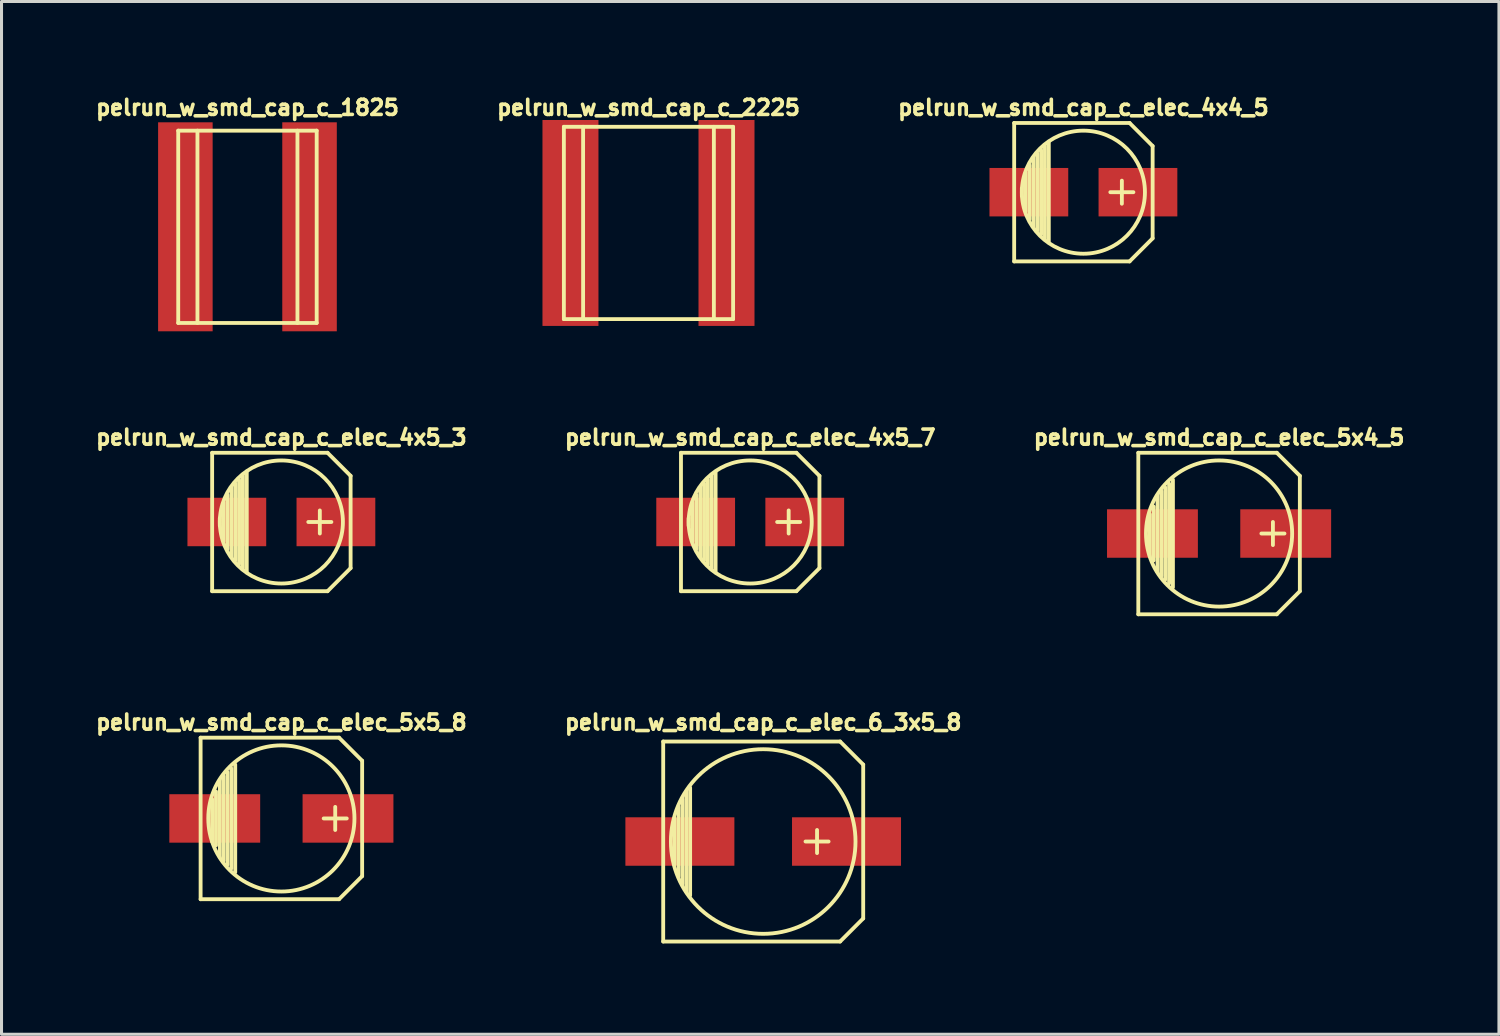
<source format=kicad_pcb>
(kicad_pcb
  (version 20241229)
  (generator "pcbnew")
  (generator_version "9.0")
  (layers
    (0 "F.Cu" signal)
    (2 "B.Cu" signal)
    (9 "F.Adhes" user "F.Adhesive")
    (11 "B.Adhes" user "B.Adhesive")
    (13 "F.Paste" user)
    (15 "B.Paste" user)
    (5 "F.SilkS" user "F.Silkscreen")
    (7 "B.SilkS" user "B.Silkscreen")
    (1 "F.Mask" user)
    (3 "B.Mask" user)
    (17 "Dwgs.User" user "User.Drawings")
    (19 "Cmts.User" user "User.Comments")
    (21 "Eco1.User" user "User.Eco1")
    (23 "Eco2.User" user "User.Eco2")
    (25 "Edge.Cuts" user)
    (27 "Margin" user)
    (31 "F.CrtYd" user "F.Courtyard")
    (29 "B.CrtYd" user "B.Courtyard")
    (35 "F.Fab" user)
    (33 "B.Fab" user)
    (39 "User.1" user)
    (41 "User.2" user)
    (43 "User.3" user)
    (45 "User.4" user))
  (footprint "pelrun_w_smd_cap_c_elec_5x5_8"
    (layer "F.Cu")
    (at 6.241 23.975)
    (property "Reference" "pelrun_w_smd_cap_c_elec_5x5_8" (at 0 -3.175 0) (layer "F.SilkS") (effects (font (size 0.5 0.5) (thickness 0.119))))
    (attr through_hole)
    (fp_line (start -2.667 -2.667) (end 1.905 -2.667) (stroke (width 0.127) (type solid)) (layer "F.SilkS"))
    (fp_line (start -2.667 2.667) (end -2.667 -2.667) (stroke (width 0.127) (type solid)) (layer "F.SilkS"))
    (fp_line (start -2.286 -0.635) (end -2.286 0.762) (stroke (width 0.127) (type solid)) (layer "F.SilkS"))
    (fp_line (start -2.159 -0.889) (end -2.159 0.889) (stroke (width 0.127) (type solid)) (layer "F.SilkS"))
    (fp_line (start -2.032 -1.27) (end -2.032 1.27) (stroke (width 0.127) (type solid)) (layer "F.SilkS"))
    (fp_line (start -1.905 1.397) (end -1.905 -1.397) (stroke (width 0.127) (type solid)) (layer "F.SilkS"))
    (fp_line (start -1.778 -1.524) (end -1.778 1.524) (stroke (width 0.127) (type solid)) (layer "F.SilkS"))
    (fp_line (start -1.651 1.651) (end -1.651 -1.651) (stroke (width 0.127) (type solid)) (layer "F.SilkS"))
    (fp_line (start -1.524 -1.778) (end -1.524 1.778) (stroke (width 0.127) (type solid)) (layer "F.SilkS"))
    (fp_line (start 1.778 -0.381) (end 1.778 0.381) (stroke (width 0.127) (type solid)) (layer "F.SilkS"))
    (fp_line (start 1.905 -2.667) (end 2.667 -1.905) (stroke (width 0.127) (type solid)) (layer "F.SilkS"))
    (fp_line (start 1.905 2.667) (end -2.667 2.667) (stroke (width 0.127) (type solid)) (layer "F.SilkS"))
    (fp_line (start 2.159 0) (end 1.397 0) (stroke (width 0.127) (type solid)) (layer "F.SilkS"))
    (fp_line (start 2.667 -1.905) (end 2.667 1.905) (stroke (width 0.127) (type solid)) (layer "F.SilkS"))
    (fp_line (start 2.667 1.905) (end 1.905 2.667) (stroke (width 0.127) (type solid)) (layer "F.SilkS"))
    (fp_circle (center 0 0) (end -2.413 0) (stroke (width 0.127) (type solid)) (fill no) (layer "F.SilkS"))
    (pad "1" smd rect (at 2.2 0) (size 3 1.6) (layers "F.Cu" "F.Mask" "F.Paste"))
    (pad "2" smd rect (at -2.2 0) (size 3 1.6) (layers "F.Cu" "F.Mask" "F.Paste")))
  (footprint "pelrun_w_smd_cap_c_elec_6_3x5_8"
    (layer "F.Cu")
    (at 22.151 24.737)
    (property "Reference" "pelrun_w_smd_cap_c_elec_6_3x5_8" (at 0 -3.937 0) (layer "F.SilkS") (effects (font (size 0.5 0.5) (thickness 0.119))))
    (attr through_hole)
    (fp_line (start -3.302 -3.302) (end -3.302 3.302) (stroke (width 0.127) (type solid)) (layer "F.SilkS"))
    (fp_line (start -3.302 3.302) (end 2.54 3.302) (stroke (width 0.127) (type solid)) (layer "F.SilkS"))
    (fp_line (start -2.921 -0.762) (end -2.921 0.762) (stroke (width 0.127) (type solid)) (layer "F.SilkS"))
    (fp_line (start -2.794 1.143) (end -2.794 -1.143) (stroke (width 0.127) (type solid)) (layer "F.SilkS"))
    (fp_line (start -2.667 -1.397) (end -2.667 1.397) (stroke (width 0.127) (type solid)) (layer "F.SilkS"))
    (fp_line (start -2.54 1.651) (end -2.54 -1.651) (stroke (width 0.127) (type solid)) (layer "F.SilkS"))
    (fp_line (start -2.413 -1.778) (end -2.413 1.778) (stroke (width 0.127) (type solid)) (layer "F.SilkS"))
    (fp_line (start 1.778 -0.381) (end 1.778 0.381) (stroke (width 0.127) (type solid)) (layer "F.SilkS"))
    (fp_line (start 2.159 0) (end 1.397 0) (stroke (width 0.127) (type solid)) (layer "F.SilkS"))
    (fp_line (start 2.54 -3.302) (end -3.302 -3.302) (stroke (width 0.127) (type solid)) (layer "F.SilkS"))
    (fp_line (start 2.54 3.302) (end 3.302 2.54) (stroke (width 0.127) (type solid)) (layer "F.SilkS"))
    (fp_line (start 3.302 -2.54) (end 2.54 -3.302) (stroke (width 0.127) (type solid)) (layer "F.SilkS"))
    (fp_line (start 3.302 2.54) (end 3.302 -2.54) (stroke (width 0.127) (type solid)) (layer "F.SilkS"))
    (fp_circle (center 0 0) (end -3.048 0) (stroke (width 0.127) (type solid)) (fill no) (layer "F.SilkS"))
    (pad "1" smd rect (at 2.751 0) (size 3.599 1.6) (layers "F.Cu" "F.Mask" "F.Paste"))
    (pad "2" smd rect (at -2.751 0) (size 3.599 1.6) (layers "F.Cu" "F.Mask" "F.Paste")))
  (footprint "pelrun_w_smd_cap_c_elec_4x4_5"
    (layer "F.Cu")
    (at 32.724 3.296)
    (property "Reference" "pelrun_w_smd_cap_c_elec_4x4_5" (at 0 -2.794 0) (layer "F.SilkS") (effects (font (size 0.5 0.5) (thickness 0.119))))
    (attr through_hole)
    (fp_line (start -2.286 -2.286) (end -2.286 2.286) (stroke (width 0.127) (type solid)) (layer "F.SilkS"))
    (fp_line (start -2.032 0.127) (end -2.032 -0.127) (stroke (width 0.127) (type solid)) (layer "F.SilkS"))
    (fp_line (start -1.905 -0.635) (end -1.905 0.635) (stroke (width 0.127) (type solid)) (layer "F.SilkS"))
    (fp_line (start -1.778 0.889) (end -1.778 -0.889) (stroke (width 0.127) (type solid)) (layer "F.SilkS"))
    (fp_line (start -1.651 1.143) (end -1.651 -1.143) (stroke (width 0.127) (type solid)) (layer "F.SilkS"))
    (fp_line (start -1.524 -1.27) (end -1.524 1.27) (stroke (width 0.127) (type solid)) (layer "F.SilkS"))
    (fp_line (start -1.397 1.397) (end -1.397 -1.397) (stroke (width 0.127) (type solid)) (layer "F.SilkS"))
    (fp_line (start -1.27 -1.524) (end -1.27 1.524) (stroke (width 0.127) (type solid)) (layer "F.SilkS"))
    (fp_line (start -1.143 -1.651) (end -1.143 1.651) (stroke (width 0.127) (type solid)) (layer "F.SilkS"))
    (fp_line (start 1.27 -0.381) (end 1.27 0.381) (stroke (width 0.127) (type solid)) (layer "F.SilkS"))
    (fp_line (start 1.524 -2.286) (end -2.286 -2.286) (stroke (width 0.127) (type solid)) (layer "F.SilkS"))
    (fp_line (start 1.524 -2.286) (end 2.286 -1.524) (stroke (width 0.127) (type solid)) (layer "F.SilkS"))
    (fp_line (start 1.524 2.286) (end -2.286 2.286) (stroke (width 0.127) (type solid)) (layer "F.SilkS"))
    (fp_line (start 1.524 2.286) (end 2.286 1.524) (stroke (width 0.127) (type solid)) (layer "F.SilkS"))
    (fp_line (start 1.651 0) (end 0.889 0) (stroke (width 0.127) (type solid)) (layer "F.SilkS"))
    (fp_line (start 2.286 -1.524) (end 2.286 1.524) (stroke (width 0.127) (type solid)) (layer "F.SilkS"))
    (fp_circle (center 0 0) (end -2.032 0) (stroke (width 0.127) (type solid)) (fill no) (layer "F.SilkS"))
    (pad "1" smd rect (at 1.801 0) (size 2.601 1.6) (layers "F.Cu" "F.Mask" "F.Paste"))
    (pad "2" smd rect (at -1.801 0) (size 2.601 1.6) (layers "F.Cu" "F.Mask" "F.Paste")))
  (footprint "pelrun_w_smd_cap_c_elec_4x5_7"
    (layer "F.Cu")
    (at 21.722 14.186)
    (property "Reference" "pelrun_w_smd_cap_c_elec_4x5_7" (at 0 -2.794 0) (layer "F.SilkS") (effects (font (size 0.5 0.5) (thickness 0.119))))
    (attr through_hole)
    (fp_line (start -2.286 -2.286) (end -2.286 2.286) (stroke (width 0.127) (type solid)) (layer "F.SilkS"))
    (fp_line (start -2.032 0.127) (end -2.032 -0.127) (stroke (width 0.127) (type solid)) (layer "F.SilkS"))
    (fp_line (start -1.905 -0.635) (end -1.905 0.635) (stroke (width 0.127) (type solid)) (layer "F.SilkS"))
    (fp_line (start -1.778 0.889) (end -1.778 -0.889) (stroke (width 0.127) (type solid)) (layer "F.SilkS"))
    (fp_line (start -1.651 1.143) (end -1.651 -1.143) (stroke (width 0.127) (type solid)) (layer "F.SilkS"))
    (fp_line (start -1.524 -1.27) (end -1.524 1.27) (stroke (width 0.127) (type solid)) (layer "F.SilkS"))
    (fp_line (start -1.397 1.397) (end -1.397 -1.397) (stroke (width 0.127) (type solid)) (layer "F.SilkS"))
    (fp_line (start -1.27 -1.524) (end -1.27 1.524) (stroke (width 0.127) (type solid)) (layer "F.SilkS"))
    (fp_line (start -1.143 -1.651) (end -1.143 1.651) (stroke (width 0.127) (type solid)) (layer "F.SilkS"))
    (fp_line (start 1.27 -0.381) (end 1.27 0.381) (stroke (width 0.127) (type solid)) (layer "F.SilkS"))
    (fp_line (start 1.524 -2.286) (end -2.286 -2.286) (stroke (width 0.127) (type solid)) (layer "F.SilkS"))
    (fp_line (start 1.524 -2.286) (end 2.286 -1.524) (stroke (width 0.127) (type solid)) (layer "F.SilkS"))
    (fp_line (start 1.524 2.286) (end -2.286 2.286) (stroke (width 0.127) (type solid)) (layer "F.SilkS"))
    (fp_line (start 1.524 2.286) (end 2.286 1.524) (stroke (width 0.127) (type solid)) (layer "F.SilkS"))
    (fp_line (start 1.651 0) (end 0.889 0) (stroke (width 0.127) (type solid)) (layer "F.SilkS"))
    (fp_line (start 2.286 -1.524) (end 2.286 1.524) (stroke (width 0.127) (type solid)) (layer "F.SilkS"))
    (fp_circle (center 0 0) (end -2.032 0) (stroke (width 0.127) (type solid)) (fill no) (layer "F.SilkS"))
    (pad "1" smd rect (at 1.801 0) (size 2.601 1.6) (layers "F.Cu" "F.Mask" "F.Paste"))
    (pad "2" smd rect (at -1.801 0) (size 2.601 1.6) (layers "F.Cu" "F.Mask" "F.Paste")))
  (footprint "pelrun_w_smd_cap_c_1825"
    (layer "F.Cu")
    (at 5.121 4.439)
    (property "Reference" "pelrun_w_smd_cap_c_1825" (at 0 -3.937 0) (layer "F.SilkS") (effects (font (size 0.5 0.5) (thickness 0.119))))
    (attr through_hole)
    (fp_line (start -2.286 -3.175) (end -2.286 3.175) (stroke (width 0.127) (type solid)) (layer "F.SilkS"))
    (fp_line (start -2.286 3.175) (end 2.286 3.175) (stroke (width 0.127) (type solid)) (layer "F.SilkS"))
    (fp_line (start -1.651 -3.175) (end -1.651 3.175) (stroke (width 0.127) (type solid)) (layer "F.SilkS"))
    (fp_line (start 1.651 -3.175) (end 1.651 3.175) (stroke (width 0.127) (type solid)) (layer "F.SilkS"))
    (fp_line (start 2.286 -3.175) (end -2.286 -3.175) (stroke (width 0.127) (type solid)) (layer "F.SilkS"))
    (fp_line (start 2.286 3.175) (end 2.286 -3.175) (stroke (width 0.127) (type solid)) (layer "F.SilkS"))
    (pad "1" smd rect (at 2.05 0) (size 1.801 6.901) (layers "F.Cu" "F.Mask" "F.Paste"))
    (pad "2" smd rect (at -2.05 0) (size 1.801 6.901) (layers "F.Cu" "F.Mask" "F.Paste")))
  (footprint "pelrun_w_smd_cap_c_elec_5x4_5"
    (layer "F.Cu")
    (at 37.204 14.567)
    (property "Reference" "pelrun_w_smd_cap_c_elec_5x4_5" (at 0 -3.175 0) (layer "F.SilkS") (effects (font (size 0.5 0.5) (thickness 0.119))))
    (attr through_hole)
    (fp_line (start -2.667 -2.667) (end 1.905 -2.667) (stroke (width 0.127) (type solid)) (layer "F.SilkS"))
    (fp_line (start -2.667 2.667) (end -2.667 -2.667) (stroke (width 0.127) (type solid)) (layer "F.SilkS"))
    (fp_line (start -2.286 -0.635) (end -2.286 0.762) (stroke (width 0.127) (type solid)) (layer "F.SilkS"))
    (fp_line (start -2.159 -0.889) (end -2.159 0.889) (stroke (width 0.127) (type solid)) (layer "F.SilkS"))
    (fp_line (start -2.032 -1.27) (end -2.032 1.27) (stroke (width 0.127) (type solid)) (layer "F.SilkS"))
    (fp_line (start -1.905 1.397) (end -1.905 -1.397) (stroke (width 0.127) (type solid)) (layer "F.SilkS"))
    (fp_line (start -1.778 -1.524) (end -1.778 1.524) (stroke (width 0.127) (type solid)) (layer "F.SilkS"))
    (fp_line (start -1.651 1.651) (end -1.651 -1.651) (stroke (width 0.127) (type solid)) (layer "F.SilkS"))
    (fp_line (start -1.524 -1.778) (end -1.524 1.778) (stroke (width 0.127) (type solid)) (layer "F.SilkS"))
    (fp_line (start 1.778 -0.381) (end 1.778 0.381) (stroke (width 0.127) (type solid)) (layer "F.SilkS"))
    (fp_line (start 1.905 -2.667) (end 2.667 -1.905) (stroke (width 0.127) (type solid)) (layer "F.SilkS"))
    (fp_line (start 1.905 2.667) (end -2.667 2.667) (stroke (width 0.127) (type solid)) (layer "F.SilkS"))
    (fp_line (start 2.159 0) (end 1.397 0) (stroke (width 0.127) (type solid)) (layer "F.SilkS"))
    (fp_line (start 2.667 -1.905) (end 2.667 1.905) (stroke (width 0.127) (type solid)) (layer "F.SilkS"))
    (fp_line (start 2.667 1.905) (end 1.905 2.667) (stroke (width 0.127) (type solid)) (layer "F.SilkS"))
    (fp_circle (center 0 0) (end -2.413 0) (stroke (width 0.127) (type solid)) (fill no) (layer "F.SilkS"))
    (pad "1" smd rect (at 2.2 0) (size 3 1.6) (layers "F.Cu" "F.Mask" "F.Paste"))
    (pad "2" smd rect (at -2.2 0) (size 3 1.6) (layers "F.Cu" "F.Mask" "F.Paste")))
  (footprint "pelrun_w_smd_cap_c_2225"
    (layer "F.Cu")
    (at 18.363 4.312)
    (property "Reference" "pelrun_w_smd_cap_c_2225" (at 0 -3.81 0) (layer "F.SilkS") (effects (font (size 0.5 0.5) (thickness 0.119))))
    (attr through_hole)
    (fp_line (start -2.794 -3.175) (end 2.794 -3.175) (stroke (width 0.127) (type solid)) (layer "F.SilkS"))
    (fp_line (start -2.794 3.175) (end -2.794 -3.175) (stroke (width 0.127) (type solid)) (layer "F.SilkS"))
    (fp_line (start -2.159 -3.175) (end -2.159 3.175) (stroke (width 0.127) (type solid)) (layer "F.SilkS"))
    (fp_line (start 2.159 -3.175) (end 2.159 3.175) (stroke (width 0.127) (type solid)) (layer "F.SilkS"))
    (fp_line (start 2.794 -3.175) (end 2.794 3.175) (stroke (width 0.127) (type solid)) (layer "F.SilkS"))
    (fp_line (start 2.794 3.175) (end -2.794 3.175) (stroke (width 0.127) (type solid)) (layer "F.SilkS"))
    (pad "1" smd rect (at 2.576 0) (size 1.849 6.8) (layers "F.Cu" "F.Mask" "F.Paste"))
    (pad "2" smd rect (at -2.576 0) (size 1.849 6.8) (layers "F.Cu" "F.Mask" "F.Paste")))
  (footprint "pelrun_w_smd_cap_c_elec_4x5_3"
    (layer "F.Cu")
    (at 6.241 14.186)
    (property "Reference" "pelrun_w_smd_cap_c_elec_4x5_3" (at 0 -2.794 0) (layer "F.SilkS") (effects (font (size 0.5 0.5) (thickness 0.119))))
    (attr through_hole)
    (fp_line (start -2.286 -2.286) (end -2.286 2.286) (stroke (width 0.127) (type solid)) (layer "F.SilkS"))
    (fp_line (start -2.032 0.127) (end -2.032 -0.127) (stroke (width 0.127) (type solid)) (layer "F.SilkS"))
    (fp_line (start -1.905 -0.635) (end -1.905 0.635) (stroke (width 0.127) (type solid)) (layer "F.SilkS"))
    (fp_line (start -1.778 0.889) (end -1.778 -0.889) (stroke (width 0.127) (type solid)) (layer "F.SilkS"))
    (fp_line (start -1.651 1.143) (end -1.651 -1.143) (stroke (width 0.127) (type solid)) (layer "F.SilkS"))
    (fp_line (start -1.524 -1.27) (end -1.524 1.27) (stroke (width 0.127) (type solid)) (layer "F.SilkS"))
    (fp_line (start -1.397 1.397) (end -1.397 -1.397) (stroke (width 0.127) (type solid)) (layer "F.SilkS"))
    (fp_line (start -1.27 -1.524) (end -1.27 1.524) (stroke (width 0.127) (type solid)) (layer "F.SilkS"))
    (fp_line (start -1.143 -1.651) (end -1.143 1.651) (stroke (width 0.127) (type solid)) (layer "F.SilkS"))
    (fp_line (start 1.27 -0.381) (end 1.27 0.381) (stroke (width 0.127) (type solid)) (layer "F.SilkS"))
    (fp_line (start 1.524 -2.286) (end -2.286 -2.286) (stroke (width 0.127) (type solid)) (layer "F.SilkS"))
    (fp_line (start 1.524 -2.286) (end 2.286 -1.524) (stroke (width 0.127) (type solid)) (layer "F.SilkS"))
    (fp_line (start 1.524 2.286) (end -2.286 2.286) (stroke (width 0.127) (type solid)) (layer "F.SilkS"))
    (fp_line (start 1.524 2.286) (end 2.286 1.524) (stroke (width 0.127) (type solid)) (layer "F.SilkS"))
    (fp_line (start 1.651 0) (end 0.889 0) (stroke (width 0.127) (type solid)) (layer "F.SilkS"))
    (fp_line (start 2.286 -1.524) (end 2.286 1.524) (stroke (width 0.127) (type solid)) (layer "F.SilkS"))
    (fp_circle (center 0 0) (end -2.032 0) (stroke (width 0.127) (type solid)) (fill no) (layer "F.SilkS"))
    (pad "1" smd rect (at 1.801 0) (size 2.601 1.6) (layers "F.Cu" "F.Mask" "F.Paste"))
    (pad "2" smd rect (at -1.801 0) (size 2.601 1.6) (layers "F.Cu" "F.Mask" "F.Paste")))
  (gr_rect
    (start -3 -3)
    (end 46.445 31.102)
    (stroke (width 0.1) (type default))
    (fill no)
    (layer "Edge.Cuts")))
</source>
